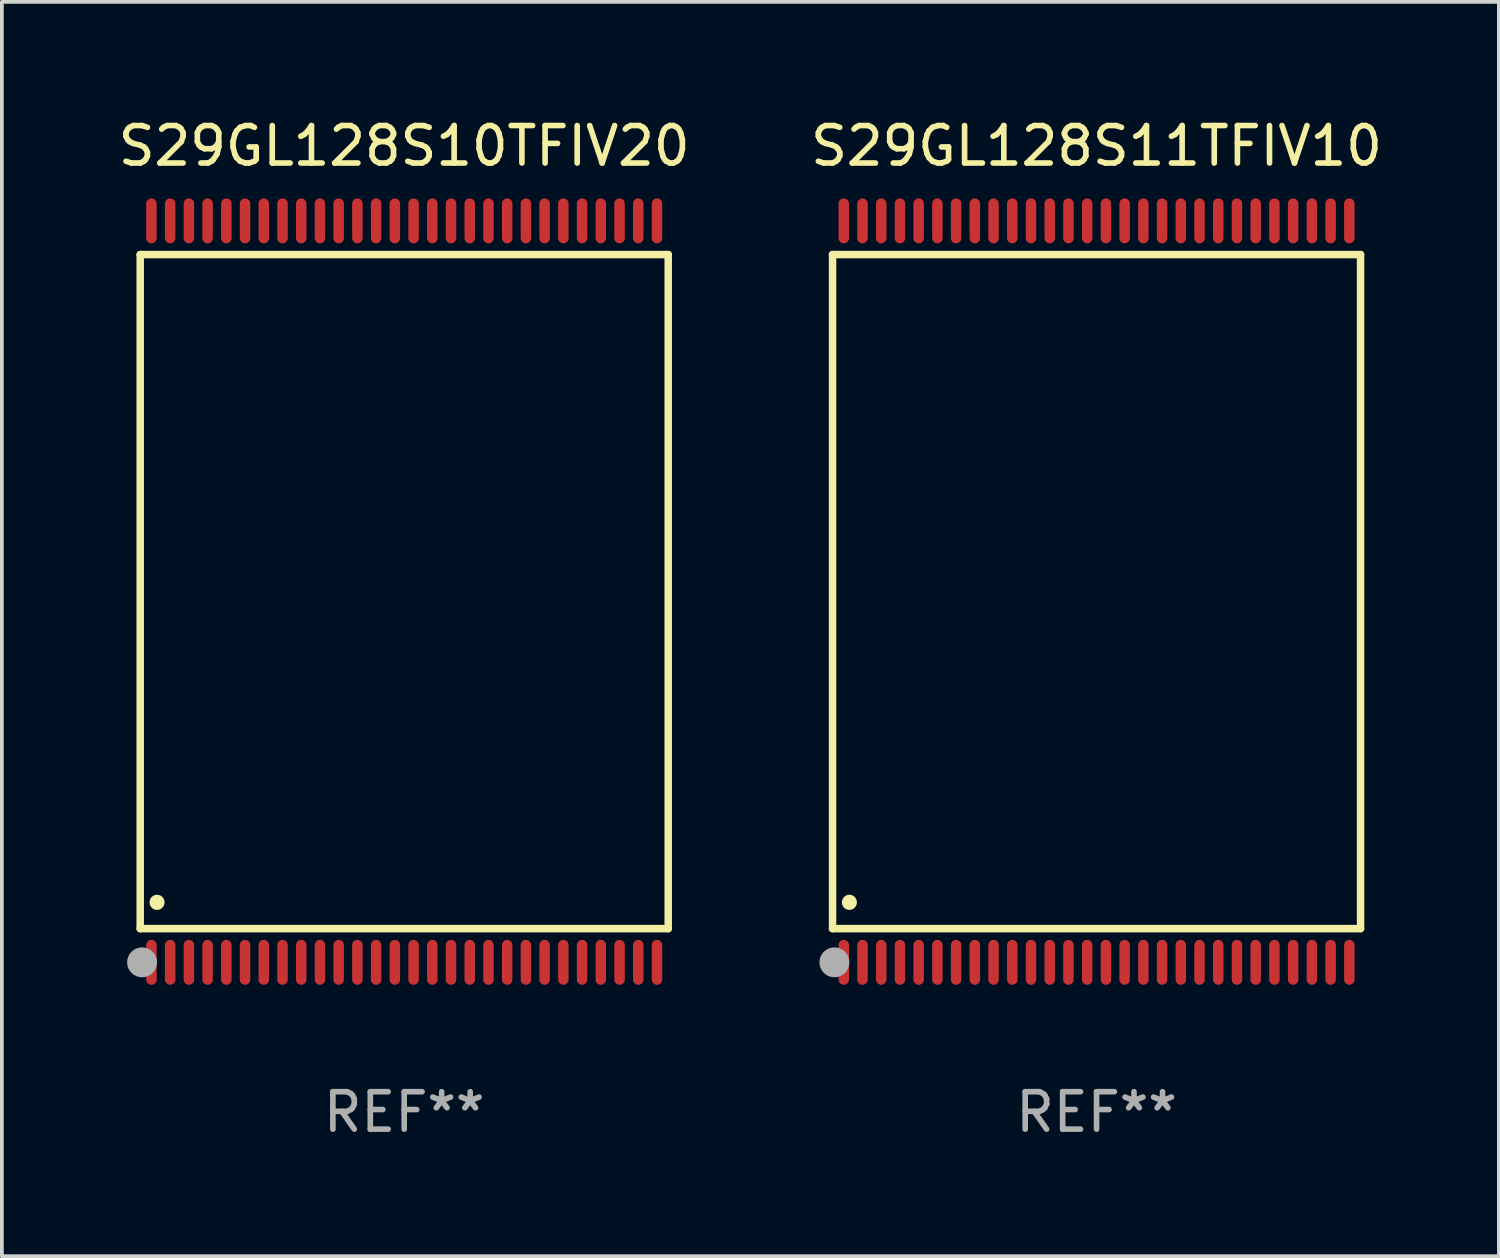
<source format=kicad_pcb>
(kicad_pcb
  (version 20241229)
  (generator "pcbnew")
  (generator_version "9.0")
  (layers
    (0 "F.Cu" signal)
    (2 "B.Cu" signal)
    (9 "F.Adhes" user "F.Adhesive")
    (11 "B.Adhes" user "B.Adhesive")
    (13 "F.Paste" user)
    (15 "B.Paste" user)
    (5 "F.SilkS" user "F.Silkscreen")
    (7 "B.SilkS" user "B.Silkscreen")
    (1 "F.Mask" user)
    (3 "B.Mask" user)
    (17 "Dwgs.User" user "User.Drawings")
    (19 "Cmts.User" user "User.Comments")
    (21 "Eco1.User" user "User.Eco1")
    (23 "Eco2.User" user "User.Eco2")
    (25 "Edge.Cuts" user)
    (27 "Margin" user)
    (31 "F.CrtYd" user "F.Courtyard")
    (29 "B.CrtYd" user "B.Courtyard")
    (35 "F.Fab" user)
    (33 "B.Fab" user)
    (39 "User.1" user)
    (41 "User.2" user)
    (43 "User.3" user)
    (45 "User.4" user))
  (footprint "S29GL128S10TFIV20"
    (layer "F.Cu")
    (at 7.744 12.748)
    (property "Reference" "S29GL128S10TFIV20" (at 0 -11.9 0) (layer "F.SilkS") (effects (font (size 1 1) (thickness 0.15))))
    (attr through_hole)
    (fp_line (start -7.05 -9) (end 7.05 -9) (stroke (width 0.2) (type solid)) (layer "F.SilkS"))
    (fp_line (start -7.05 9) (end -7.05 -9) (stroke (width 0.2) (type solid)) (layer "F.SilkS"))
    (fp_line (start 7.05 9) (end -7.05 9) (stroke (width 0.2) (type solid)) (layer "F.SilkS"))
    (fp_line (start 7.05 9) (end 7.05 -9) (stroke (width 0.2) (type solid)) (layer "F.SilkS"))
    (fp_arc (start -6.600025 8.300025) (mid -6.600041 8.297485) (end -6.600025 8.294945) (stroke (width 0.4) (type solid)) (layer "F.SilkS"))
    (fp_circle (center -7 10) (end -6.97 10) (stroke (width 0.06) (type solid)) (fill no) (layer "F.SilkS"))
    (fp_circle (center -7 9.9) (end -6.8 9.9) (stroke (width 0.4) (type solid)) (fill no) (layer "F.Fab"))
    (fp_text user "REF**" (at 0 13.9 0) (layer "F.Fab") (effects (font (size 1 1) (thickness 0.15))))
    (pad "1" smd oval (at -6.75 9.9) (size 0.28 1.2) (layers "F.Cu" "F.Mask" "F.Paste"))
    (pad "2" smd oval (at -6.25 9.9) (size 0.28 1.2) (layers "F.Cu" "F.Mask" "F.Paste"))
    (pad "3" smd oval (at -5.75 9.9) (size 0.28 1.2) (layers "F.Cu" "F.Mask" "F.Paste"))
    (pad "4" smd oval (at -5.25 9.9) (size 0.28 1.2) (layers "F.Cu" "F.Mask" "F.Paste"))
    (pad "5" smd oval (at -4.75 9.9) (size 0.28 1.2) (layers "F.Cu" "F.Mask" "F.Paste"))
    (pad "6" smd oval (at -4.25 9.9) (size 0.28 1.2) (layers "F.Cu" "F.Mask" "F.Paste"))
    (pad "7" smd oval (at -3.75 9.9) (size 0.28 1.2) (layers "F.Cu" "F.Mask" "F.Paste"))
    (pad "8" smd oval (at -3.25 9.9) (size 0.28 1.2) (layers "F.Cu" "F.Mask" "F.Paste"))
    (pad "9" smd oval (at -2.75 9.9) (size 0.28 1.2) (layers "F.Cu" "F.Mask" "F.Paste"))
    (pad "10" smd oval (at -2.25 9.9) (size 0.28 1.2) (layers "F.Cu" "F.Mask" "F.Paste"))
    (pad "11" smd oval (at -1.75 9.9) (size 0.28 1.2) (layers "F.Cu" "F.Mask" "F.Paste"))
    (pad "12" smd oval (at -1.25 9.9) (size 0.28 1.2) (layers "F.Cu" "F.Mask" "F.Paste"))
    (pad "13" smd oval (at -0.75 9.9) (size 0.28 1.2) (layers "F.Cu" "F.Mask" "F.Paste"))
    (pad "14" smd oval (at -0.25 9.9) (size 0.28 1.2) (layers "F.Cu" "F.Mask" "F.Paste"))
    (pad "15" smd oval (at 0.25 9.9) (size 0.28 1.2) (layers "F.Cu" "F.Mask" "F.Paste"))
    (pad "16" smd oval (at 0.75 9.9) (size 0.28 1.2) (layers "F.Cu" "F.Mask" "F.Paste"))
    (pad "17" smd oval (at 1.25 9.9) (size 0.28 1.2) (layers "F.Cu" "F.Mask" "F.Paste"))
    (pad "18" smd oval (at 1.75 9.9) (size 0.28 1.2) (layers "F.Cu" "F.Mask" "F.Paste"))
    (pad "19" smd oval (at 2.25 9.9) (size 0.28 1.2) (layers "F.Cu" "F.Mask" "F.Paste"))
    (pad "20" smd oval (at 2.75 9.9) (size 0.28 1.2) (layers "F.Cu" "F.Mask" "F.Paste"))
    (pad "21" smd oval (at 3.25 9.9) (size 0.28 1.2) (layers "F.Cu" "F.Mask" "F.Paste"))
    (pad "22" smd oval (at 3.75 9.9) (size 0.28 1.2) (layers "F.Cu" "F.Mask" "F.Paste"))
    (pad "23" smd oval (at 4.25 9.9) (size 0.28 1.2) (layers "F.Cu" "F.Mask" "F.Paste"))
    (pad "24" smd oval (at 4.75 9.9) (size 0.28 1.2) (layers "F.Cu" "F.Mask" "F.Paste"))
    (pad "25" smd oval (at 5.25 9.9) (size 0.28 1.2) (layers "F.Cu" "F.Mask" "F.Paste"))
    (pad "26" smd oval (at 5.75 9.9) (size 0.28 1.2) (layers "F.Cu" "F.Mask" "F.Paste"))
    (pad "27" smd oval (at 6.25 9.9) (size 0.28 1.2) (layers "F.Cu" "F.Mask" "F.Paste"))
    (pad "28" smd oval (at 6.75 9.9) (size 0.28 1.2) (layers "F.Cu" "F.Mask" "F.Paste"))
    (pad "29" smd oval (at 6.75 -9.9) (size 0.28 1.2) (layers "F.Cu" "F.Mask" "F.Paste"))
    (pad "30" smd oval (at 6.25 -9.9) (size 0.28 1.2) (layers "F.Cu" "F.Mask" "F.Paste"))
    (pad "31" smd oval (at 5.75 -9.9) (size 0.28 1.2) (layers "F.Cu" "F.Mask" "F.Paste"))
    (pad "32" smd oval (at 5.25 -9.9) (size 0.28 1.2) (layers "F.Cu" "F.Mask" "F.Paste"))
    (pad "33" smd oval (at 4.75 -9.9) (size 0.28 1.2) (layers "F.Cu" "F.Mask" "F.Paste"))
    (pad "34" smd oval (at 4.25 -9.9) (size 0.28 1.2) (layers "F.Cu" "F.Mask" "F.Paste"))
    (pad "35" smd oval (at 3.75 -9.9) (size 0.28 1.2) (layers "F.Cu" "F.Mask" "F.Paste"))
    (pad "36" smd oval (at 3.25 -9.9) (size 0.28 1.2) (layers "F.Cu" "F.Mask" "F.Paste"))
    (pad "37" smd oval (at 2.75 -9.9) (size 0.28 1.2) (layers "F.Cu" "F.Mask" "F.Paste"))
    (pad "38" smd oval (at 2.25 -9.9) (size 0.28 1.2) (layers "F.Cu" "F.Mask" "F.Paste"))
    (pad "39" smd oval (at 1.75 -9.9) (size 0.28 1.2) (layers "F.Cu" "F.Mask" "F.Paste"))
    (pad "40" smd oval (at 1.25 -9.9) (size 0.28 1.2) (layers "F.Cu" "F.Mask" "F.Paste"))
    (pad "41" smd oval (at 0.75 -9.9) (size 0.28 1.2) (layers "F.Cu" "F.Mask" "F.Paste"))
    (pad "42" smd oval (at 0.25 -9.9) (size 0.28 1.2) (layers "F.Cu" "F.Mask" "F.Paste"))
    (pad "43" smd oval (at -0.25 -9.9) (size 0.28 1.2) (layers "F.Cu" "F.Mask" "F.Paste"))
    (pad "44" smd oval (at -0.75 -9.9) (size 0.28 1.2) (layers "F.Cu" "F.Mask" "F.Paste"))
    (pad "45" smd oval (at -1.25 -9.9) (size 0.28 1.2) (layers "F.Cu" "F.Mask" "F.Paste"))
    (pad "46" smd oval (at -1.75 -9.9) (size 0.28 1.2) (layers "F.Cu" "F.Mask" "F.Paste"))
    (pad "47" smd oval (at -2.25 -9.9) (size 0.28 1.2) (layers "F.Cu" "F.Mask" "F.Paste"))
    (pad "48" smd oval (at -2.75 -9.9) (size 0.28 1.2) (layers "F.Cu" "F.Mask" "F.Paste"))
    (pad "49" smd oval (at -3.25 -9.9) (size 0.28 1.2) (layers "F.Cu" "F.Mask" "F.Paste"))
    (pad "50" smd oval (at -3.75 -9.9) (size 0.28 1.2) (layers "F.Cu" "F.Mask" "F.Paste"))
    (pad "51" smd oval (at -4.25 -9.9) (size 0.28 1.2) (layers "F.Cu" "F.Mask" "F.Paste"))
    (pad "52" smd oval (at -4.75 -9.9) (size 0.28 1.2) (layers "F.Cu" "F.Mask" "F.Paste"))
    (pad "53" smd oval (at -5.25 -9.9) (size 0.28 1.2) (layers "F.Cu" "F.Mask" "F.Paste"))
    (pad "54" smd oval (at -5.75 -9.9) (size 0.28 1.2) (layers "F.Cu" "F.Mask" "F.Paste"))
    (pad "55" smd oval (at -6.25 -9.9) (size 0.28 1.2) (layers "F.Cu" "F.Mask" "F.Paste"))
    (pad "56" smd oval (at -6.75 -9.9) (size 0.28 1.2) (layers "F.Cu" "F.Mask" "F.Paste")))
  (footprint "S29GL128S11TFIV10"
    (layer "F.Cu")
    (at 26.232 12.748)
    (property "Reference" "S29GL128S11TFIV10" (at 0 -11.9 0) (layer "F.SilkS") (effects (font (size 1 1) (thickness 0.15))))
    (attr through_hole)
    (fp_line (start -7.05 -9) (end 7.05 -9) (stroke (width 0.2) (type solid)) (layer "F.SilkS"))
    (fp_line (start -7.05 9) (end -7.05 -9) (stroke (width 0.2) (type solid)) (layer "F.SilkS"))
    (fp_line (start 7.05 9) (end -7.05 9) (stroke (width 0.2) (type solid)) (layer "F.SilkS"))
    (fp_line (start 7.05 9) (end 7.05 -9) (stroke (width 0.2) (type solid)) (layer "F.SilkS"))
    (fp_arc (start -6.600025 8.300025) (mid -6.600041 8.297485) (end -6.600025 8.294945) (stroke (width 0.4) (type solid)) (layer "F.SilkS"))
    (fp_circle (center -7 10) (end -6.97 10) (stroke (width 0.06) (type solid)) (fill no) (layer "F.SilkS"))
    (fp_circle (center -7 9.9) (end -6.8 9.9) (stroke (width 0.4) (type solid)) (fill no) (layer "F.Fab"))
    (fp_text user "REF**" (at 0 13.9 0) (layer "F.Fab") (effects (font (size 1 1) (thickness 0.15))))
    (pad "1" smd oval (at -6.75 9.9) (size 0.28 1.2) (layers "F.Cu" "F.Mask" "F.Paste"))
    (pad "2" smd oval (at -6.25 9.9) (size 0.28 1.2) (layers "F.Cu" "F.Mask" "F.Paste"))
    (pad "3" smd oval (at -5.75 9.9) (size 0.28 1.2) (layers "F.Cu" "F.Mask" "F.Paste"))
    (pad "4" smd oval (at -5.25 9.9) (size 0.28 1.2) (layers "F.Cu" "F.Mask" "F.Paste"))
    (pad "5" smd oval (at -4.75 9.9) (size 0.28 1.2) (layers "F.Cu" "F.Mask" "F.Paste"))
    (pad "6" smd oval (at -4.25 9.9) (size 0.28 1.2) (layers "F.Cu" "F.Mask" "F.Paste"))
    (pad "7" smd oval (at -3.75 9.9) (size 0.28 1.2) (layers "F.Cu" "F.Mask" "F.Paste"))
    (pad "8" smd oval (at -3.25 9.9) (size 0.28 1.2) (layers "F.Cu" "F.Mask" "F.Paste"))
    (pad "9" smd oval (at -2.75 9.9) (size 0.28 1.2) (layers "F.Cu" "F.Mask" "F.Paste"))
    (pad "10" smd oval (at -2.25 9.9) (size 0.28 1.2) (layers "F.Cu" "F.Mask" "F.Paste"))
    (pad "11" smd oval (at -1.75 9.9) (size 0.28 1.2) (layers "F.Cu" "F.Mask" "F.Paste"))
    (pad "12" smd oval (at -1.25 9.9) (size 0.28 1.2) (layers "F.Cu" "F.Mask" "F.Paste"))
    (pad "13" smd oval (at -0.75 9.9) (size 0.28 1.2) (layers "F.Cu" "F.Mask" "F.Paste"))
    (pad "14" smd oval (at -0.25 9.9) (size 0.28 1.2) (layers "F.Cu" "F.Mask" "F.Paste"))
    (pad "15" smd oval (at 0.25 9.9) (size 0.28 1.2) (layers "F.Cu" "F.Mask" "F.Paste"))
    (pad "16" smd oval (at 0.75 9.9) (size 0.28 1.2) (layers "F.Cu" "F.Mask" "F.Paste"))
    (pad "17" smd oval (at 1.25 9.9) (size 0.28 1.2) (layers "F.Cu" "F.Mask" "F.Paste"))
    (pad "18" smd oval (at 1.75 9.9) (size 0.28 1.2) (layers "F.Cu" "F.Mask" "F.Paste"))
    (pad "19" smd oval (at 2.25 9.9) (size 0.28 1.2) (layers "F.Cu" "F.Mask" "F.Paste"))
    (pad "20" smd oval (at 2.75 9.9) (size 0.28 1.2) (layers "F.Cu" "F.Mask" "F.Paste"))
    (pad "21" smd oval (at 3.25 9.9) (size 0.28 1.2) (layers "F.Cu" "F.Mask" "F.Paste"))
    (pad "22" smd oval (at 3.75 9.9) (size 0.28 1.2) (layers "F.Cu" "F.Mask" "F.Paste"))
    (pad "23" smd oval (at 4.25 9.9) (size 0.28 1.2) (layers "F.Cu" "F.Mask" "F.Paste"))
    (pad "24" smd oval (at 4.75 9.9) (size 0.28 1.2) (layers "F.Cu" "F.Mask" "F.Paste"))
    (pad "25" smd oval (at 5.25 9.9) (size 0.28 1.2) (layers "F.Cu" "F.Mask" "F.Paste"))
    (pad "26" smd oval (at 5.75 9.9) (size 0.28 1.2) (layers "F.Cu" "F.Mask" "F.Paste"))
    (pad "27" smd oval (at 6.25 9.9) (size 0.28 1.2) (layers "F.Cu" "F.Mask" "F.Paste"))
    (pad "28" smd oval (at 6.75 9.9) (size 0.28 1.2) (layers "F.Cu" "F.Mask" "F.Paste"))
    (pad "29" smd oval (at 6.75 -9.9) (size 0.28 1.2) (layers "F.Cu" "F.Mask" "F.Paste"))
    (pad "30" smd oval (at 6.25 -9.9) (size 0.28 1.2) (layers "F.Cu" "F.Mask" "F.Paste"))
    (pad "31" smd oval (at 5.75 -9.9) (size 0.28 1.2) (layers "F.Cu" "F.Mask" "F.Paste"))
    (pad "32" smd oval (at 5.25 -9.9) (size 0.28 1.2) (layers "F.Cu" "F.Mask" "F.Paste"))
    (pad "33" smd oval (at 4.75 -9.9) (size 0.28 1.2) (layers "F.Cu" "F.Mask" "F.Paste"))
    (pad "34" smd oval (at 4.25 -9.9) (size 0.28 1.2) (layers "F.Cu" "F.Mask" "F.Paste"))
    (pad "35" smd oval (at 3.75 -9.9) (size 0.28 1.2) (layers "F.Cu" "F.Mask" "F.Paste"))
    (pad "36" smd oval (at 3.25 -9.9) (size 0.28 1.2) (layers "F.Cu" "F.Mask" "F.Paste"))
    (pad "37" smd oval (at 2.75 -9.9) (size 0.28 1.2) (layers "F.Cu" "F.Mask" "F.Paste"))
    (pad "38" smd oval (at 2.25 -9.9) (size 0.28 1.2) (layers "F.Cu" "F.Mask" "F.Paste"))
    (pad "39" smd oval (at 1.75 -9.9) (size 0.28 1.2) (layers "F.Cu" "F.Mask" "F.Paste"))
    (pad "40" smd oval (at 1.25 -9.9) (size 0.28 1.2) (layers "F.Cu" "F.Mask" "F.Paste"))
    (pad "41" smd oval (at 0.75 -9.9) (size 0.28 1.2) (layers "F.Cu" "F.Mask" "F.Paste"))
    (pad "42" smd oval (at 0.25 -9.9) (size 0.28 1.2) (layers "F.Cu" "F.Mask" "F.Paste"))
    (pad "43" smd oval (at -0.25 -9.9) (size 0.28 1.2) (layers "F.Cu" "F.Mask" "F.Paste"))
    (pad "44" smd oval (at -0.75 -9.9) (size 0.28 1.2) (layers "F.Cu" "F.Mask" "F.Paste"))
    (pad "45" smd oval (at -1.25 -9.9) (size 0.28 1.2) (layers "F.Cu" "F.Mask" "F.Paste"))
    (pad "46" smd oval (at -1.75 -9.9) (size 0.28 1.2) (layers "F.Cu" "F.Mask" "F.Paste"))
    (pad "47" smd oval (at -2.25 -9.9) (size 0.28 1.2) (layers "F.Cu" "F.Mask" "F.Paste"))
    (pad "48" smd oval (at -2.75 -9.9) (size 0.28 1.2) (layers "F.Cu" "F.Mask" "F.Paste"))
    (pad "49" smd oval (at -3.25 -9.9) (size 0.28 1.2) (layers "F.Cu" "F.Mask" "F.Paste"))
    (pad "50" smd oval (at -3.75 -9.9) (size 0.28 1.2) (layers "F.Cu" "F.Mask" "F.Paste"))
    (pad "51" smd oval (at -4.25 -9.9) (size 0.28 1.2) (layers "F.Cu" "F.Mask" "F.Paste"))
    (pad "52" smd oval (at -4.75 -9.9) (size 0.28 1.2) (layers "F.Cu" "F.Mask" "F.Paste"))
    (pad "53" smd oval (at -5.25 -9.9) (size 0.28 1.2) (layers "F.Cu" "F.Mask" "F.Paste"))
    (pad "54" smd oval (at -5.75 -9.9) (size 0.28 1.2) (layers "F.Cu" "F.Mask" "F.Paste"))
    (pad "55" smd oval (at -6.25 -9.9) (size 0.28 1.2) (layers "F.Cu" "F.Mask" "F.Paste"))
    (pad "56" smd oval (at -6.75 -9.9) (size 0.28 1.2) (layers "F.Cu" "F.Mask" "F.Paste")))
  (gr_rect
    (start -3 -3)
    (end 36.976 30.496)
    (stroke (width 0.1) (type default))
    (fill no)
    (layer "Edge.Cuts")))
</source>
